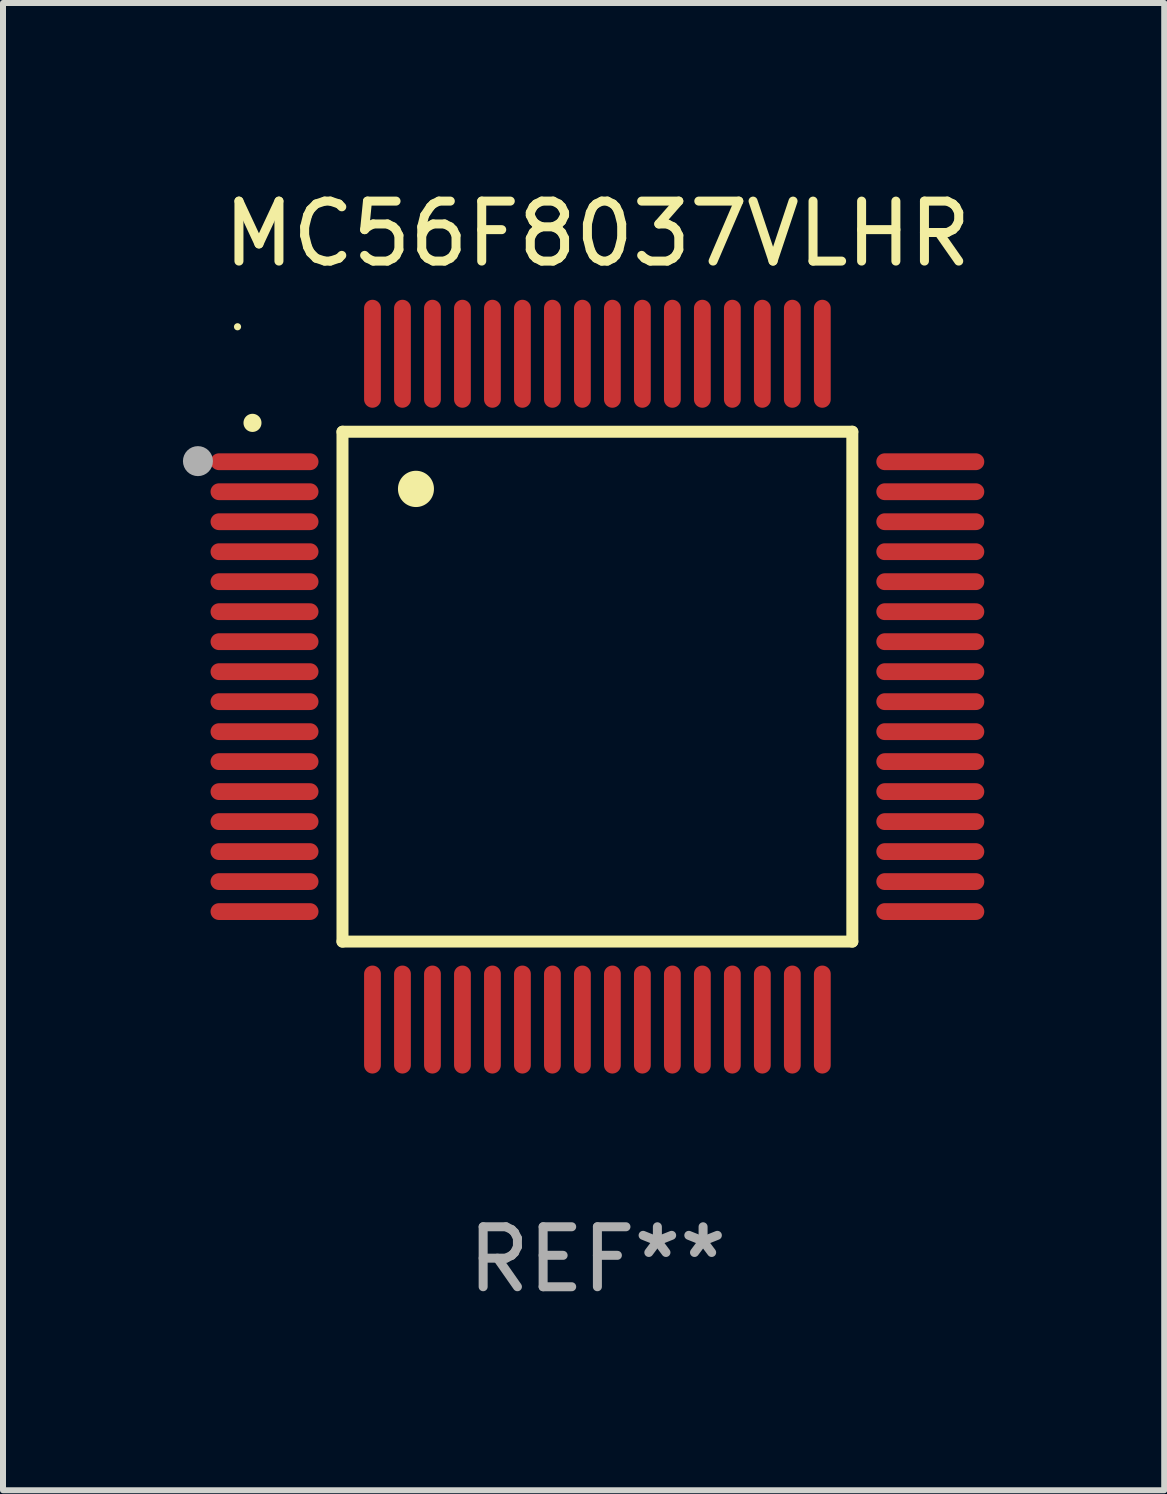
<source format=kicad_pcb>
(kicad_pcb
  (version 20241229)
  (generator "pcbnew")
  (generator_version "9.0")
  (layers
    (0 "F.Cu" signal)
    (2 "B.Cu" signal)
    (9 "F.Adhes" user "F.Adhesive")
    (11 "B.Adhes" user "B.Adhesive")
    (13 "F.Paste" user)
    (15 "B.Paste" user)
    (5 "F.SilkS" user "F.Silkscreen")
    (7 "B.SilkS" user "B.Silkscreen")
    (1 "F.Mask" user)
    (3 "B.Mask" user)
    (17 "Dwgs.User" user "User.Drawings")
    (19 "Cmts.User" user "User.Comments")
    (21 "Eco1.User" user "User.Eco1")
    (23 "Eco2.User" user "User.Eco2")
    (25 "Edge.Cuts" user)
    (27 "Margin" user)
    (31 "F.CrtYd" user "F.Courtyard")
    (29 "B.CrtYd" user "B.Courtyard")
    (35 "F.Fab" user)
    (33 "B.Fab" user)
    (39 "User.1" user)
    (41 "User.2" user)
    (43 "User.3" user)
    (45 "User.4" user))
  (footprint "MC56F8037VLHR"
    (layer "F.Cu")
    (at 6.91 8.398)
    (property "Reference" "MC56F8037VLHR" (at 0 -7.55 0) (layer "F.SilkS") (effects (font (size 1 1) (thickness 0.15))))
    (attr through_hole)
    (fp_line (start -4.25 -4.25) (end -4.25 4.25) (stroke (width 0.2) (type solid)) (layer "F.SilkS"))
    (fp_line (start -4.25 4.25) (end 4.25 4.25) (stroke (width 0.2) (type solid)) (layer "F.SilkS"))
    (fp_line (start 4.25 -4.25) (end -4.25 -4.25) (stroke (width 0.2) (type solid)) (layer "F.SilkS"))
    (fp_line (start 4.25 4.25) (end 4.25 -4.25) (stroke (width 0.2) (type solid)) (layer "F.SilkS"))
    (fp_arc (start -5.750572 -4.396749) (mid -5.750577 -4.398019) (end -5.750572 -4.399289) (stroke (width 0.3) (type solid)) (layer "F.SilkS"))
    (fp_arc (start -3.025146 -3.294387) (mid -3.025157 -3.296927) (end -3.025146 -3.299467) (stroke (width 0.6) (type solid)) (layer "F.SilkS"))
    (fp_circle (center -6 -6) (end -5.97 -6) (stroke (width 0.06) (type solid)) (fill no) (layer "F.SilkS"))
    (fp_circle (center -6.66 -3.76) (end -6.535 -3.76) (stroke (width 0.25) (type solid)) (fill no) (layer "F.Fab"))
    (fp_text user "REF**" (at 0 9.55 0) (layer "F.Fab") (effects (font (size 1 1) (thickness 0.15))))
    (pad "1" smd oval (at -5.55 -3.75) (size 1.8 0.28) (layers "F.Cu" "F.Mask" "F.Paste"))
    (pad "2" smd oval (at -5.55 -3.25) (size 1.8 0.28) (layers "F.Cu" "F.Mask" "F.Paste"))
    (pad "3" smd oval (at -5.55 -2.75) (size 1.8 0.28) (layers "F.Cu" "F.Mask" "F.Paste"))
    (pad "4" smd oval (at -5.55 -2.25) (size 1.8 0.28) (layers "F.Cu" "F.Mask" "F.Paste"))
    (pad "5" smd oval (at -5.55 -1.75) (size 1.8 0.28) (layers "F.Cu" "F.Mask" "F.Paste"))
    (pad "6" smd oval (at -5.55 -1.25) (size 1.8 0.28) (layers "F.Cu" "F.Mask" "F.Paste"))
    (pad "7" smd oval (at -5.55 -0.75) (size 1.8 0.28) (layers "F.Cu" "F.Mask" "F.Paste"))
    (pad "8" smd oval (at -5.55 -0.25) (size 1.8 0.28) (layers "F.Cu" "F.Mask" "F.Paste"))
    (pad "9" smd oval (at -5.55 0.25) (size 1.8 0.28) (layers "F.Cu" "F.Mask" "F.Paste"))
    (pad "10" smd oval (at -5.55 0.75) (size 1.8 0.28) (layers "F.Cu" "F.Mask" "F.Paste"))
    (pad "11" smd oval (at -5.55 1.25) (size 1.8 0.28) (layers "F.Cu" "F.Mask" "F.Paste"))
    (pad "12" smd oval (at -5.55 1.75) (size 1.8 0.28) (layers "F.Cu" "F.Mask" "F.Paste"))
    (pad "13" smd oval (at -5.55 2.25) (size 1.8 0.28) (layers "F.Cu" "F.Mask" "F.Paste"))
    (pad "14" smd oval (at -5.55 2.75) (size 1.8 0.28) (layers "F.Cu" "F.Mask" "F.Paste"))
    (pad "15" smd oval (at -5.55 3.25) (size 1.8 0.28) (layers "F.Cu" "F.Mask" "F.Paste"))
    (pad "16" smd oval (at -5.55 3.75) (size 1.8 0.28) (layers "F.Cu" "F.Mask" "F.Paste"))
    (pad "17" smd oval (at -3.75 5.55) (size 0.28 1.8) (layers "F.Cu" "F.Mask" "F.Paste"))
    (pad "18" smd oval (at -3.25 5.55) (size 0.28 1.8) (layers "F.Cu" "F.Mask" "F.Paste"))
    (pad "19" smd oval (at -2.75 5.55) (size 0.28 1.8) (layers "F.Cu" "F.Mask" "F.Paste"))
    (pad "20" smd oval (at -2.25 5.55) (size 0.28 1.8) (layers "F.Cu" "F.Mask" "F.Paste"))
    (pad "21" smd oval (at -1.75 5.55) (size 0.28 1.8) (layers "F.Cu" "F.Mask" "F.Paste"))
    (pad "22" smd oval (at -1.25 5.55) (size 0.28 1.8) (layers "F.Cu" "F.Mask" "F.Paste"))
    (pad "23" smd oval (at -0.75 5.55) (size 0.28 1.8) (layers "F.Cu" "F.Mask" "F.Paste"))
    (pad "24" smd oval (at -0.25 5.55) (size 0.28 1.8) (layers "F.Cu" "F.Mask" "F.Paste"))
    (pad "25" smd oval (at 0.25 5.55) (size 0.28 1.8) (layers "F.Cu" "F.Mask" "F.Paste"))
    (pad "26" smd oval (at 0.75 5.55) (size 0.28 1.8) (layers "F.Cu" "F.Mask" "F.Paste"))
    (pad "27" smd oval (at 1.25 5.55) (size 0.28 1.8) (layers "F.Cu" "F.Mask" "F.Paste"))
    (pad "28" smd oval (at 1.75 5.55) (size 0.28 1.8) (layers "F.Cu" "F.Mask" "F.Paste"))
    (pad "29" smd oval (at 2.25 5.55) (size 0.28 1.8) (layers "F.Cu" "F.Mask" "F.Paste"))
    (pad "30" smd oval (at 2.75 5.55) (size 0.28 1.8) (layers "F.Cu" "F.Mask" "F.Paste"))
    (pad "31" smd oval (at 3.25 5.55) (size 0.28 1.8) (layers "F.Cu" "F.Mask" "F.Paste"))
    (pad "32" smd oval (at 3.75 5.55) (size 0.28 1.8) (layers "F.Cu" "F.Mask" "F.Paste"))
    (pad "33" smd oval (at 5.55 3.75) (size 1.8 0.28) (layers "F.Cu" "F.Mask" "F.Paste"))
    (pad "34" smd oval (at 5.55 3.25) (size 1.8 0.28) (layers "F.Cu" "F.Mask" "F.Paste"))
    (pad "35" smd oval (at 5.55 2.75) (size 1.8 0.28) (layers "F.Cu" "F.Mask" "F.Paste"))
    (pad "36" smd oval (at 5.55 2.25) (size 1.8 0.28) (layers "F.Cu" "F.Mask" "F.Paste"))
    (pad "37" smd oval (at 5.55 1.75) (size 1.8 0.28) (layers "F.Cu" "F.Mask" "F.Paste"))
    (pad "38" smd oval (at 5.55 1.25) (size 1.8 0.28) (layers "F.Cu" "F.Mask" "F.Paste"))
    (pad "39" smd oval (at 5.55 0.75) (size 1.8 0.28) (layers "F.Cu" "F.Mask" "F.Paste"))
    (pad "40" smd oval (at 5.55 0.25) (size 1.8 0.28) (layers "F.Cu" "F.Mask" "F.Paste"))
    (pad "41" smd oval (at 5.55 -0.25) (size 1.8 0.28) (layers "F.Cu" "F.Mask" "F.Paste"))
    (pad "42" smd oval (at 5.55 -0.75) (size 1.8 0.28) (layers "F.Cu" "F.Mask" "F.Paste"))
    (pad "43" smd oval (at 5.55 -1.25) (size 1.8 0.28) (layers "F.Cu" "F.Mask" "F.Paste"))
    (pad "44" smd oval (at 5.55 -1.75) (size 1.8 0.28) (layers "F.Cu" "F.Mask" "F.Paste"))
    (pad "45" smd oval (at 5.55 -2.25) (size 1.8 0.28) (layers "F.Cu" "F.Mask" "F.Paste"))
    (pad "46" smd oval (at 5.55 -2.75) (size 1.8 0.28) (layers "F.Cu" "F.Mask" "F.Paste"))
    (pad "47" smd oval (at 5.55 -3.25) (size 1.8 0.28) (layers "F.Cu" "F.Mask" "F.Paste"))
    (pad "48" smd oval (at 5.55 -3.75) (size 1.8 0.28) (layers "F.Cu" "F.Mask" "F.Paste"))
    (pad "49" smd oval (at 3.75 -5.55) (size 0.28 1.8) (layers "F.Cu" "F.Mask" "F.Paste"))
    (pad "50" smd oval (at 3.25 -5.55) (size 0.28 1.8) (layers "F.Cu" "F.Mask" "F.Paste"))
    (pad "51" smd oval (at 2.75 -5.55) (size 0.28 1.8) (layers "F.Cu" "F.Mask" "F.Paste"))
    (pad "52" smd oval (at 2.25 -5.55) (size 0.28 1.8) (layers "F.Cu" "F.Mask" "F.Paste"))
    (pad "53" smd oval (at 1.75 -5.55) (size 0.28 1.8) (layers "F.Cu" "F.Mask" "F.Paste"))
    (pad "54" smd oval (at 1.25 -5.55) (size 0.28 1.8) (layers "F.Cu" "F.Mask" "F.Paste"))
    (pad "55" smd oval (at 0.75 -5.55) (size 0.28 1.8) (layers "F.Cu" "F.Mask" "F.Paste"))
    (pad "56" smd oval (at 0.25 -5.55) (size 0.28 1.8) (layers "F.Cu" "F.Mask" "F.Paste"))
    (pad "57" smd oval (at -0.25 -5.55) (size 0.28 1.8) (layers "F.Cu" "F.Mask" "F.Paste"))
    (pad "58" smd oval (at -0.75 -5.55) (size 0.28 1.8) (layers "F.Cu" "F.Mask" "F.Paste"))
    (pad "59" smd oval (at -1.25 -5.55) (size 0.28 1.8) (layers "F.Cu" "F.Mask" "F.Paste"))
    (pad "60" smd oval (at -1.75 -5.55) (size 0.28 1.8) (layers "F.Cu" "F.Mask" "F.Paste"))
    (pad "61" smd oval (at -2.25 -5.55) (size 0.28 1.8) (layers "F.Cu" "F.Mask" "F.Paste"))
    (pad "62" smd oval (at -2.75 -5.55) (size 0.28 1.8) (layers "F.Cu" "F.Mask" "F.Paste"))
    (pad "63" smd oval (at -3.25 -5.55) (size 0.28 1.8) (layers "F.Cu" "F.Mask" "F.Paste"))
    (pad "64" smd oval (at -3.75 -5.55) (size 0.28 1.8) (layers "F.Cu" "F.Mask" "F.Paste")))
  (gr_rect
    (start -3 -3)
    (end 16.36 21.796)
    (stroke (width 0.1) (type default))
    (fill no)
    (layer "Edge.Cuts")))
</source>
